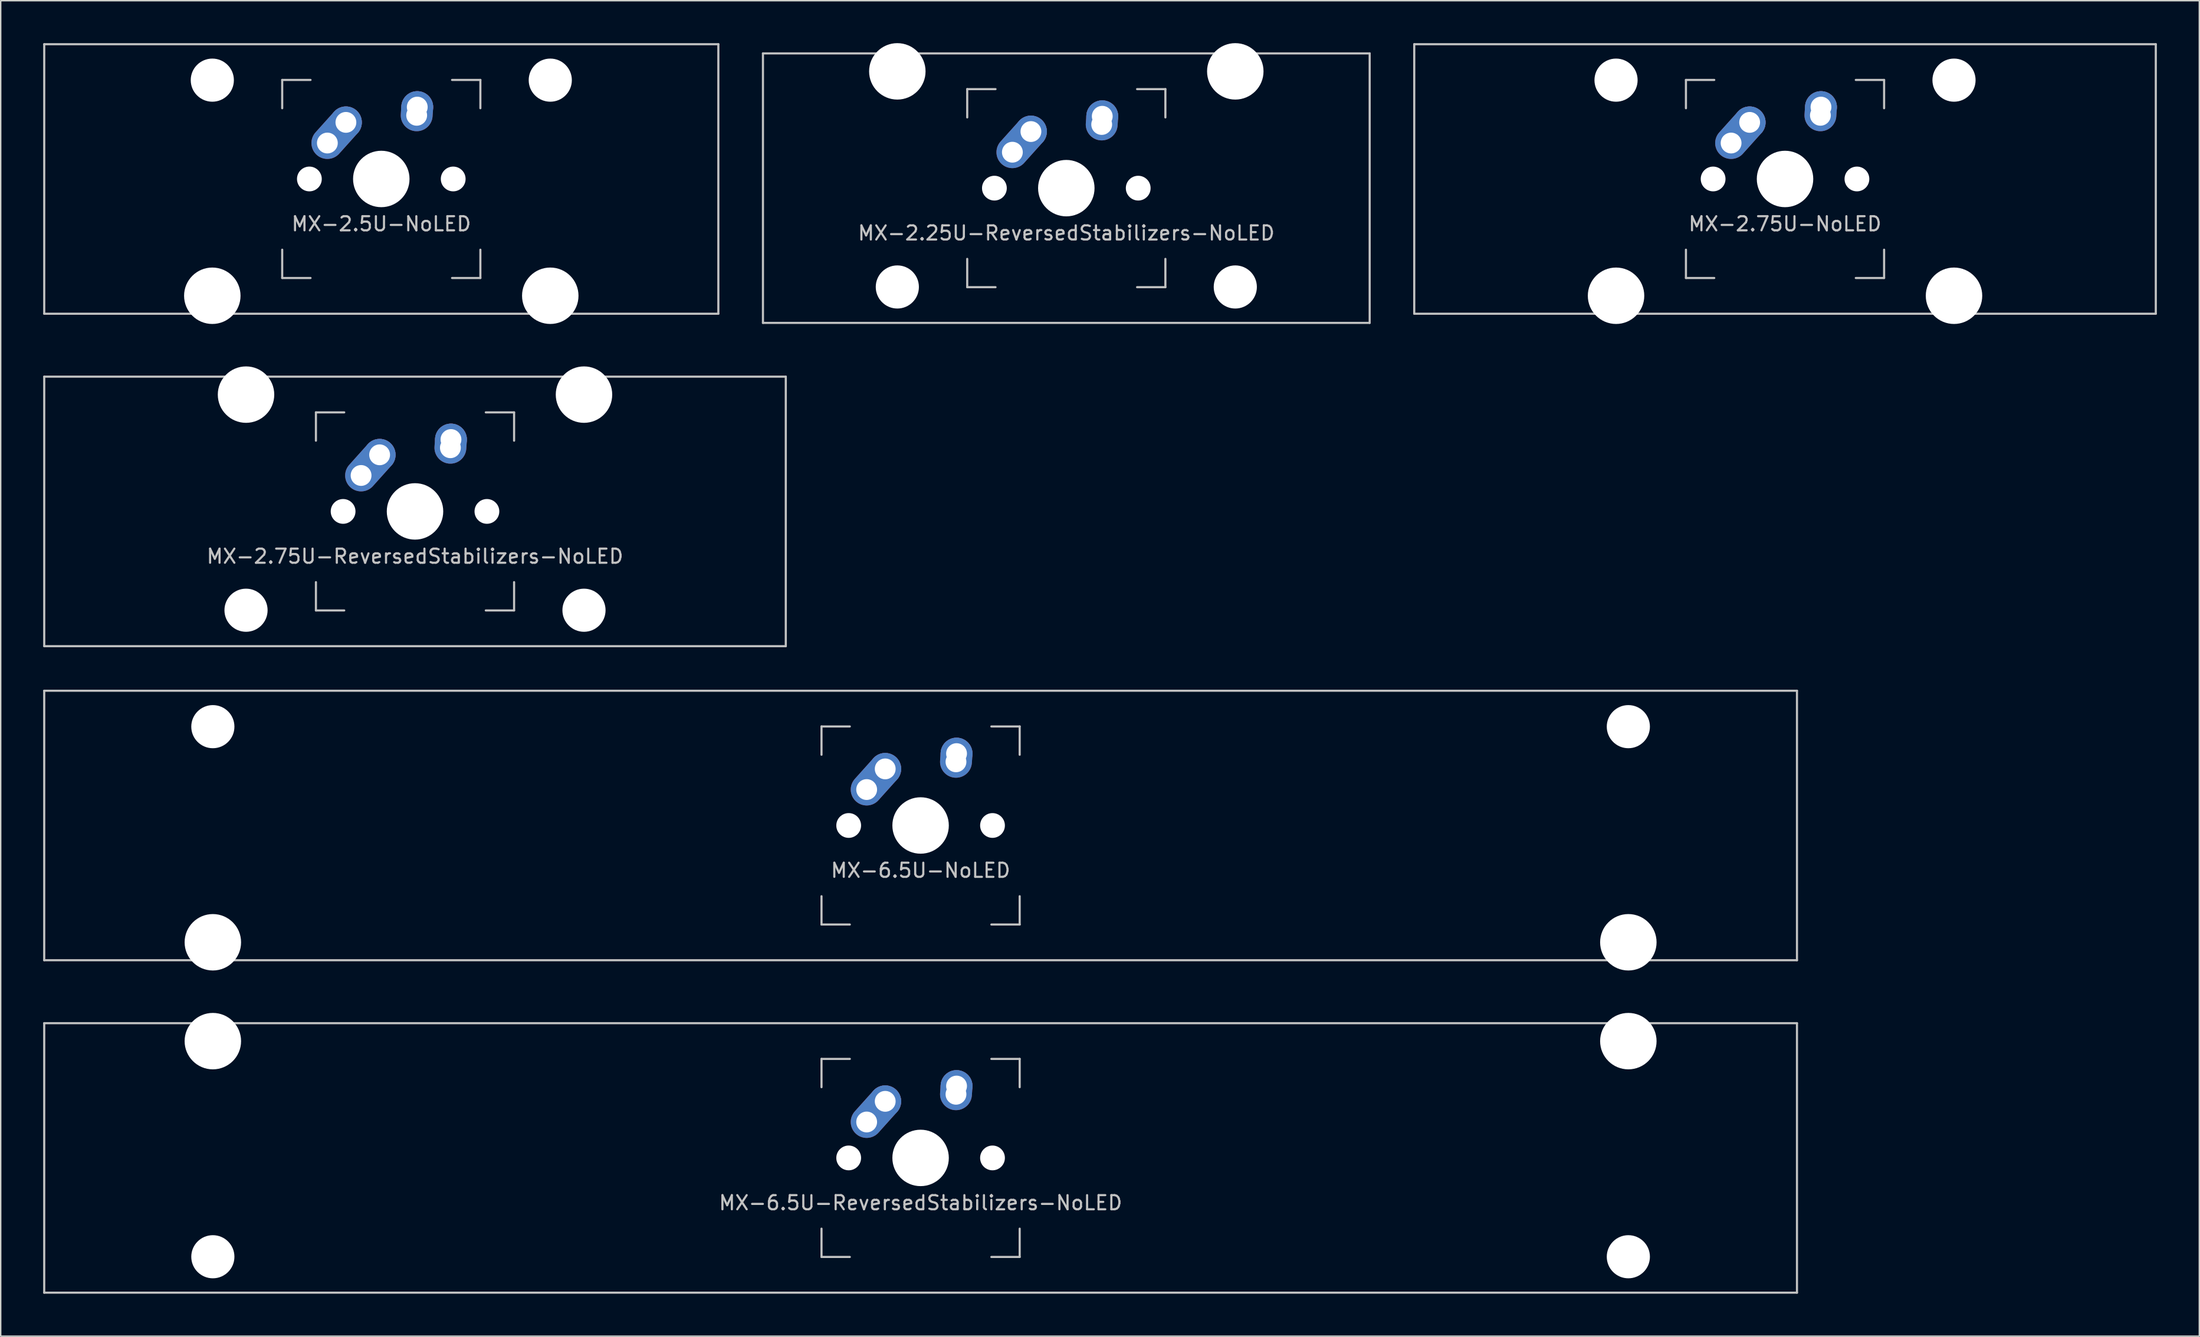
<source format=kicad_pcb>
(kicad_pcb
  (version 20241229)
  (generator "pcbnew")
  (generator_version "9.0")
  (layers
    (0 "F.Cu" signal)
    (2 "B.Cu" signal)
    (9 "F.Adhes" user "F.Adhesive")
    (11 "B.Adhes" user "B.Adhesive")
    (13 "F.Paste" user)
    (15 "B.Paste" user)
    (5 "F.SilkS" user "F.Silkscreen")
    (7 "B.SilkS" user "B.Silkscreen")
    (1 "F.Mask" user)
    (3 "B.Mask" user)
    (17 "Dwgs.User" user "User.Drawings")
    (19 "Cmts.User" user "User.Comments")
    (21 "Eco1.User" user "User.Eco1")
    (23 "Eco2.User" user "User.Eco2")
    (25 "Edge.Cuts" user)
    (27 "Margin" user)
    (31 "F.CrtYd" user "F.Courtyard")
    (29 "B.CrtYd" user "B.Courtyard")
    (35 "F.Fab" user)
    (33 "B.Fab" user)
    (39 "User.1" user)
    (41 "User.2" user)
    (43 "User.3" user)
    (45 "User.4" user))
  (footprint "MX-6.5U-ReversedStabilizers-NoLED"
    (layer "F.Cu")
    (at 61.987 78.796)
    (property "Reference" "MX-6.5U-ReversedStabilizers-NoLED" (at 0 3.175 0) (layer "Dwgs.User") (effects (font (size 1 1) (thickness 0.15))))
    (attr through_hole)
    (fp_line (start -61.913 -9.525) (end 61.913 -9.525) (stroke (width 0.15) (type solid)) (layer "Dwgs.User"))
    (fp_line (start -61.913 9.525) (end -61.913 -9.525) (stroke (width 0.15) (type solid)) (layer "Dwgs.User"))
    (fp_line (start -61.913 9.525) (end 61.913 9.525) (stroke (width 0.15) (type solid)) (layer "Dwgs.User"))
    (fp_line (start -7 -7) (end -7 -5) (stroke (width 0.15) (type solid)) (layer "Dwgs.User"))
    (fp_line (start -7 5) (end -7 7) (stroke (width 0.15) (type solid)) (layer "Dwgs.User"))
    (fp_line (start -7 7) (end -5 7) (stroke (width 0.15) (type solid)) (layer "Dwgs.User"))
    (fp_line (start -5 -7) (end -7 -7) (stroke (width 0.15) (type solid)) (layer "Dwgs.User"))
    (fp_line (start 5 -7) (end 7 -7) (stroke (width 0.15) (type solid)) (layer "Dwgs.User"))
    (fp_line (start 5 7) (end 7 7) (stroke (width 0.15) (type solid)) (layer "Dwgs.User"))
    (fp_line (start 7 -7) (end 7 -5) (stroke (width 0.15) (type solid)) (layer "Dwgs.User"))
    (fp_line (start 7 7) (end 7 5) (stroke (width 0.15) (type solid)) (layer "Dwgs.User"))
    (fp_line (start 61.913 -9.525) (end 61.913 9.525) (stroke (width 0.15) (type solid)) (layer "Dwgs.User"))
    (pad "" np_thru_hole circle (at -50 -8.255) (size 3.988 3.988) (drill 3.988) (layers "*.Cu" "*.Mask"))
    (pad "" np_thru_hole circle (at -50 6.985) (size 3.048 3.048) (drill 3.048) (layers "*.Cu" "*.Mask"))
    (pad "" np_thru_hole circle (at -5.08 0 48.1) (size 1.75 1.75) (drill 1.75) (layers "*.Cu" "*.Mask"))
    (pad "" np_thru_hole circle (at 0 0) (size 3.988 3.988) (drill 3.988) (layers "*.Cu" "*.Mask"))
    (pad "" np_thru_hole circle (at 5.08 0 48.1) (size 1.75 1.75) (drill 1.75) (layers "*.Cu" "*.Mask"))
    (pad "" np_thru_hole circle (at 50 -8.255) (size 3.988 3.988) (drill 3.988) (layers "*.Cu" "*.Mask"))
    (pad "" np_thru_hole circle (at 50 6.985) (size 3.048 3.048) (drill 3.048) (layers "*.Cu" "*.Mask"))
    (pad "1" thru_hole oval (at -3.81 -2.54 48.1) (size 4.212 2.25) (drill 1.47 (offset 0.981 0)) (layers "*.Cu" "B.Mask"))
    (pad "1" thru_hole circle (at -2.5 -4) (size 2.25 2.25) (drill 1.47) (layers "*.Cu" "B.Mask"))
    (pad "2" thru_hole oval (at 2.5 -4.5 86.055) (size 2.831 2.25) (drill 1.47 (offset 0.291 0)) (layers "*.Cu" "B.Mask"))
    (pad "2" thru_hole circle (at 2.54 -5.08) (size 2.25 2.25) (drill 1.47) (layers "*.Cu" "B.Mask")))
  (footprint "MX-2.25U-ReversedStabilizers-NoLED"
    (layer "F.Cu")
    (at 72.281 10.249)
    (property "Reference" "MX-2.25U-ReversedStabilizers-NoLED" (at 0 3.175 0) (layer "Dwgs.User") (effects (font (size 1 1) (thickness 0.15))))
    (attr through_hole)
    (fp_line (start -21.431 -9.525) (end 21.431 -9.525) (stroke (width 0.15) (type solid)) (layer "Dwgs.User"))
    (fp_line (start -21.431 9.525) (end -21.431 -9.525) (stroke (width 0.15) (type solid)) (layer "Dwgs.User"))
    (fp_line (start -21.431 9.525) (end 21.431 9.525) (stroke (width 0.15) (type solid)) (layer "Dwgs.User"))
    (fp_line (start -7 -7) (end -7 -5) (stroke (width 0.15) (type solid)) (layer "Dwgs.User"))
    (fp_line (start -7 5) (end -7 7) (stroke (width 0.15) (type solid)) (layer "Dwgs.User"))
    (fp_line (start -7 7) (end -5 7) (stroke (width 0.15) (type solid)) (layer "Dwgs.User"))
    (fp_line (start -5 -7) (end -7 -7) (stroke (width 0.15) (type solid)) (layer "Dwgs.User"))
    (fp_line (start 5 -7) (end 7 -7) (stroke (width 0.15) (type solid)) (layer "Dwgs.User"))
    (fp_line (start 5 7) (end 7 7) (stroke (width 0.15) (type solid)) (layer "Dwgs.User"))
    (fp_line (start 7 -7) (end 7 -5) (stroke (width 0.15) (type solid)) (layer "Dwgs.User"))
    (fp_line (start 7 7) (end 7 5) (stroke (width 0.15) (type solid)) (layer "Dwgs.User"))
    (fp_line (start 21.431 -9.525) (end 21.431 9.525) (stroke (width 0.15) (type solid)) (layer "Dwgs.User"))
    (pad "" np_thru_hole circle (at -11.938 -8.255) (size 3.988 3.988) (drill 3.988) (layers "*.Cu" "*.Mask"))
    (pad "" np_thru_hole circle (at -11.938 6.985) (size 3.048 3.048) (drill 3.048) (layers "*.Cu" "*.Mask"))
    (pad "" np_thru_hole circle (at -5.08 0 48.1) (size 1.75 1.75) (drill 1.75) (layers "*.Cu" "*.Mask"))
    (pad "" np_thru_hole circle (at 0 0) (size 3.988 3.988) (drill 3.988) (layers "*.Cu" "*.Mask"))
    (pad "" np_thru_hole circle (at 5.08 0 48.1) (size 1.75 1.75) (drill 1.75) (layers "*.Cu" "*.Mask"))
    (pad "" np_thru_hole circle (at 11.938 -8.255) (size 3.988 3.988) (drill 3.988) (layers "*.Cu" "*.Mask"))
    (pad "" np_thru_hole circle (at 11.938 6.985) (size 3.048 3.048) (drill 3.048) (layers "*.Cu" "*.Mask"))
    (pad "1" thru_hole oval (at -3.81 -2.54 48.1) (size 4.212 2.25) (drill 1.47 (offset 0.981 0)) (layers "*.Cu" "B.Mask"))
    (pad "1" thru_hole circle (at -2.5 -4) (size 2.25 2.25) (drill 1.47) (layers "*.Cu" "B.Mask"))
    (pad "2" thru_hole oval (at 2.5 -4.5 86.055) (size 2.831 2.25) (drill 1.47 (offset 0.291 0)) (layers "*.Cu" "B.Mask"))
    (pad "2" thru_hole circle (at 2.54 -5.08) (size 2.25 2.25) (drill 1.47) (layers "*.Cu" "B.Mask")))
  (footprint "MX-2.75U-NoLED"
    (layer "F.Cu")
    (at 123.056 9.6)
    (property "Reference" "MX-2.75U-NoLED" (at 0 3.175 0) (layer "Dwgs.User") (effects (font (size 1 1) (thickness 0.15))))
    (attr through_hole)
    (fp_line (start -26.194 -9.525) (end 26.194 -9.525) (stroke (width 0.15) (type solid)) (layer "Dwgs.User"))
    (fp_line (start -26.194 9.525) (end -26.194 -9.525) (stroke (width 0.15) (type solid)) (layer "Dwgs.User"))
    (fp_line (start -26.194 9.525) (end 26.194 9.525) (stroke (width 0.15) (type solid)) (layer "Dwgs.User"))
    (fp_line (start -7 -7) (end -7 -5) (stroke (width 0.15) (type solid)) (layer "Dwgs.User"))
    (fp_line (start -7 5) (end -7 7) (stroke (width 0.15) (type solid)) (layer "Dwgs.User"))
    (fp_line (start -7 7) (end -5 7) (stroke (width 0.15) (type solid)) (layer "Dwgs.User"))
    (fp_line (start -5 -7) (end -7 -7) (stroke (width 0.15) (type solid)) (layer "Dwgs.User"))
    (fp_line (start 5 -7) (end 7 -7) (stroke (width 0.15) (type solid)) (layer "Dwgs.User"))
    (fp_line (start 5 7) (end 7 7) (stroke (width 0.15) (type solid)) (layer "Dwgs.User"))
    (fp_line (start 7 -7) (end 7 -5) (stroke (width 0.15) (type solid)) (layer "Dwgs.User"))
    (fp_line (start 7 7) (end 7 5) (stroke (width 0.15) (type solid)) (layer "Dwgs.User"))
    (fp_line (start 26.194 -9.525) (end 26.194 9.525) (stroke (width 0.15) (type solid)) (layer "Dwgs.User"))
    (pad "" np_thru_hole circle (at -11.938 -6.985) (size 3.048 3.048) (drill 3.048) (layers "*.Cu" "*.Mask"))
    (pad "" np_thru_hole circle (at -11.938 8.255) (size 3.988 3.988) (drill 3.988) (layers "*.Cu" "*.Mask"))
    (pad "" np_thru_hole circle (at -5.08 0 48.1) (size 1.75 1.75) (drill 1.75) (layers "*.Cu" "*.Mask"))
    (pad "" np_thru_hole circle (at 0 0) (size 3.988 3.988) (drill 3.988) (layers "*.Cu" "*.Mask"))
    (pad "" np_thru_hole circle (at 5.08 0 48.1) (size 1.75 1.75) (drill 1.75) (layers "*.Cu" "*.Mask"))
    (pad "" np_thru_hole circle (at 11.938 -6.985) (size 3.048 3.048) (drill 3.048) (layers "*.Cu" "*.Mask"))
    (pad "" np_thru_hole circle (at 11.938 8.255) (size 3.988 3.988) (drill 3.988) (layers "*.Cu" "*.Mask"))
    (pad "1" thru_hole oval (at -3.81 -2.54 48.1) (size 4.212 2.25) (drill 1.47 (offset 0.981 0)) (layers "*.Cu" "B.Mask"))
    (pad "1" thru_hole circle (at -2.5 -4) (size 2.25 2.25) (drill 1.47) (layers "*.Cu" "B.Mask"))
    (pad "2" thru_hole oval (at 2.5 -4.5 86.055) (size 2.831 2.25) (drill 1.47 (offset 0.291 0)) (layers "*.Cu" "B.Mask"))
    (pad "2" thru_hole circle (at 2.54 -5.08) (size 2.25 2.25) (drill 1.47) (layers "*.Cu" "B.Mask")))
  (footprint "MX-6.5U-NoLED"
    (layer "F.Cu")
    (at 61.987 55.298)
    (property "Reference" "MX-6.5U-NoLED" (at 0 3.175 0) (layer "Dwgs.User") (effects (font (size 1 1) (thickness 0.15))))
    (attr through_hole)
    (fp_line (start -61.913 -9.525) (end 61.913 -9.525) (stroke (width 0.15) (type solid)) (layer "Dwgs.User"))
    (fp_line (start -61.913 9.525) (end -61.913 -9.525) (stroke (width 0.15) (type solid)) (layer "Dwgs.User"))
    (fp_line (start -61.913 9.525) (end 61.913 9.525) (stroke (width 0.15) (type solid)) (layer "Dwgs.User"))
    (fp_line (start -7 -7) (end -7 -5) (stroke (width 0.15) (type solid)) (layer "Dwgs.User"))
    (fp_line (start -7 5) (end -7 7) (stroke (width 0.15) (type solid)) (layer "Dwgs.User"))
    (fp_line (start -7 7) (end -5 7) (stroke (width 0.15) (type solid)) (layer "Dwgs.User"))
    (fp_line (start -5 -7) (end -7 -7) (stroke (width 0.15) (type solid)) (layer "Dwgs.User"))
    (fp_line (start 5 -7) (end 7 -7) (stroke (width 0.15) (type solid)) (layer "Dwgs.User"))
    (fp_line (start 5 7) (end 7 7) (stroke (width 0.15) (type solid)) (layer "Dwgs.User"))
    (fp_line (start 7 -7) (end 7 -5) (stroke (width 0.15) (type solid)) (layer "Dwgs.User"))
    (fp_line (start 7 7) (end 7 5) (stroke (width 0.15) (type solid)) (layer "Dwgs.User"))
    (fp_line (start 61.913 -9.525) (end 61.913 9.525) (stroke (width 0.15) (type solid)) (layer "Dwgs.User"))
    (pad "" np_thru_hole circle (at -50 -6.985) (size 3.048 3.048) (drill 3.048) (layers "*.Cu" "*.Mask"))
    (pad "" np_thru_hole circle (at -50 8.255) (size 3.988 3.988) (drill 3.988) (layers "*.Cu" "*.Mask"))
    (pad "" np_thru_hole circle (at -5.08 0 48.1) (size 1.75 1.75) (drill 1.75) (layers "*.Cu" "*.Mask"))
    (pad "" np_thru_hole circle (at 0 0) (size 3.988 3.988) (drill 3.988) (layers "*.Cu" "*.Mask"))
    (pad "" np_thru_hole circle (at 5.08 0 48.1) (size 1.75 1.75) (drill 1.75) (layers "*.Cu" "*.Mask"))
    (pad "" np_thru_hole circle (at 50 -6.985) (size 3.048 3.048) (drill 3.048) (layers "*.Cu" "*.Mask"))
    (pad "" np_thru_hole circle (at 50 8.255) (size 3.988 3.988) (drill 3.988) (layers "*.Cu" "*.Mask"))
    (pad "1" thru_hole oval (at -3.81 -2.54 48.1) (size 4.212 2.25) (drill 1.47 (offset 0.981 0)) (layers "*.Cu" "B.Mask"))
    (pad "1" thru_hole circle (at -2.5 -4) (size 2.25 2.25) (drill 1.47) (layers "*.Cu" "B.Mask"))
    (pad "2" thru_hole oval (at 2.5 -4.5 86.055) (size 2.831 2.25) (drill 1.47 (offset 0.291 0)) (layers "*.Cu" "B.Mask"))
    (pad "2" thru_hole circle (at 2.54 -5.08) (size 2.25 2.25) (drill 1.47) (layers "*.Cu" "B.Mask")))
  (footprint "MX-2.5U-NoLED"
    (layer "F.Cu")
    (at 23.887 9.6)
    (property "Reference" "MX-2.5U-NoLED" (at 0 3.175 0) (layer "Dwgs.User") (effects (font (size 1 1) (thickness 0.15))))
    (attr through_hole)
    (fp_line (start -23.812 -9.525) (end 23.812 -9.525) (stroke (width 0.15) (type solid)) (layer "Dwgs.User"))
    (fp_line (start -23.812 9.525) (end -23.812 -9.525) (stroke (width 0.15) (type solid)) (layer "Dwgs.User"))
    (fp_line (start -23.812 9.525) (end 23.812 9.525) (stroke (width 0.15) (type solid)) (layer "Dwgs.User"))
    (fp_line (start -7 -7) (end -7 -5) (stroke (width 0.15) (type solid)) (layer "Dwgs.User"))
    (fp_line (start -7 5) (end -7 7) (stroke (width 0.15) (type solid)) (layer "Dwgs.User"))
    (fp_line (start -7 7) (end -5 7) (stroke (width 0.15) (type solid)) (layer "Dwgs.User"))
    (fp_line (start -5 -7) (end -7 -7) (stroke (width 0.15) (type solid)) (layer "Dwgs.User"))
    (fp_line (start 5 -7) (end 7 -7) (stroke (width 0.15) (type solid)) (layer "Dwgs.User"))
    (fp_line (start 5 7) (end 7 7) (stroke (width 0.15) (type solid)) (layer "Dwgs.User"))
    (fp_line (start 7 -7) (end 7 -5) (stroke (width 0.15) (type solid)) (layer "Dwgs.User"))
    (fp_line (start 7 7) (end 7 5) (stroke (width 0.15) (type solid)) (layer "Dwgs.User"))
    (fp_line (start 23.812 -9.525) (end 23.812 9.525) (stroke (width 0.15) (type solid)) (layer "Dwgs.User"))
    (pad "" np_thru_hole circle (at -11.938 -6.985) (size 3.048 3.048) (drill 3.048) (layers "*.Cu" "*.Mask"))
    (pad "" np_thru_hole circle (at -11.938 8.255) (size 3.988 3.988) (drill 3.988) (layers "*.Cu" "*.Mask"))
    (pad "" np_thru_hole circle (at -5.08 0 48.1) (size 1.75 1.75) (drill 1.75) (layers "*.Cu" "*.Mask"))
    (pad "" np_thru_hole circle (at 0 0) (size 3.988 3.988) (drill 3.988) (layers "*.Cu" "*.Mask"))
    (pad "" np_thru_hole circle (at 5.08 0 48.1) (size 1.75 1.75) (drill 1.75) (layers "*.Cu" "*.Mask"))
    (pad "" np_thru_hole circle (at 11.938 -6.985) (size 3.048 3.048) (drill 3.048) (layers "*.Cu" "*.Mask"))
    (pad "" np_thru_hole circle (at 11.938 8.255) (size 3.988 3.988) (drill 3.988) (layers "*.Cu" "*.Mask"))
    (pad "1" thru_hole oval (at -3.81 -2.54 48.1) (size 4.212 2.25) (drill 1.47 (offset 0.981 0)) (layers "*.Cu" "B.Mask"))
    (pad "1" thru_hole circle (at -2.5 -4) (size 2.25 2.25) (drill 1.47) (layers "*.Cu" "B.Mask"))
    (pad "2" thru_hole oval (at 2.5 -4.5 86.055) (size 2.831 2.25) (drill 1.47 (offset 0.291 0)) (layers "*.Cu" "B.Mask"))
    (pad "2" thru_hole circle (at 2.54 -5.08) (size 2.25 2.25) (drill 1.47) (layers "*.Cu" "B.Mask")))
  (footprint "MX-2.75U-ReversedStabilizers-NoLED"
    (layer "F.Cu")
    (at 26.269 33.098)
    (property "Reference" "MX-2.75U-ReversedStabilizers-NoLED" (at 0 3.175 0) (layer "Dwgs.User") (effects (font (size 1 1) (thickness 0.15))))
    (attr through_hole)
    (fp_line (start -26.194 -9.525) (end 26.194 -9.525) (stroke (width 0.15) (type solid)) (layer "Dwgs.User"))
    (fp_line (start -26.194 9.525) (end -26.194 -9.525) (stroke (width 0.15) (type solid)) (layer "Dwgs.User"))
    (fp_line (start -26.194 9.525) (end 26.194 9.525) (stroke (width 0.15) (type solid)) (layer "Dwgs.User"))
    (fp_line (start -7 -7) (end -7 -5) (stroke (width 0.15) (type solid)) (layer "Dwgs.User"))
    (fp_line (start -7 5) (end -7 7) (stroke (width 0.15) (type solid)) (layer "Dwgs.User"))
    (fp_line (start -7 7) (end -5 7) (stroke (width 0.15) (type solid)) (layer "Dwgs.User"))
    (fp_line (start -5 -7) (end -7 -7) (stroke (width 0.15) (type solid)) (layer "Dwgs.User"))
    (fp_line (start 5 -7) (end 7 -7) (stroke (width 0.15) (type solid)) (layer "Dwgs.User"))
    (fp_line (start 5 7) (end 7 7) (stroke (width 0.15) (type solid)) (layer "Dwgs.User"))
    (fp_line (start 7 -7) (end 7 -5) (stroke (width 0.15) (type solid)) (layer "Dwgs.User"))
    (fp_line (start 7 7) (end 7 5) (stroke (width 0.15) (type solid)) (layer "Dwgs.User"))
    (fp_line (start 26.194 -9.525) (end 26.194 9.525) (stroke (width 0.15) (type solid)) (layer "Dwgs.User"))
    (pad "" np_thru_hole circle (at -11.938 -8.255) (size 3.988 3.988) (drill 3.988) (layers "*.Cu" "*.Mask"))
    (pad "" np_thru_hole circle (at -11.938 6.985) (size 3.048 3.048) (drill 3.048) (layers "*.Cu" "*.Mask"))
    (pad "" np_thru_hole circle (at -5.08 0 48.1) (size 1.75 1.75) (drill 1.75) (layers "*.Cu" "*.Mask"))
    (pad "" np_thru_hole circle (at 0 0) (size 3.988 3.988) (drill 3.988) (layers "*.Cu" "*.Mask"))
    (pad "" np_thru_hole circle (at 5.08 0 48.1) (size 1.75 1.75) (drill 1.75) (layers "*.Cu" "*.Mask"))
    (pad "" np_thru_hole circle (at 11.938 -8.255) (size 3.988 3.988) (drill 3.988) (layers "*.Cu" "*.Mask"))
    (pad "" np_thru_hole circle (at 11.938 6.985) (size 3.048 3.048) (drill 3.048) (layers "*.Cu" "*.Mask"))
    (pad "1" thru_hole oval (at -3.81 -2.54 48.1) (size 4.212 2.25) (drill 1.47 (offset 0.981 0)) (layers "*.Cu" "B.Mask"))
    (pad "1" thru_hole circle (at -2.5 -4) (size 2.25 2.25) (drill 1.47) (layers "*.Cu" "B.Mask"))
    (pad "2" thru_hole oval (at 2.5 -4.5 86.055) (size 2.831 2.25) (drill 1.47 (offset 0.291 0)) (layers "*.Cu" "B.Mask"))
    (pad "2" thru_hole circle (at 2.54 -5.08) (size 2.25 2.25) (drill 1.47) (layers "*.Cu" "B.Mask")))
  (gr_rect
    (start -3 -3)
    (end 152.325 91.396)
    (stroke (width 0.1) (type default))
    (fill no)
    (layer "Edge.Cuts")))
</source>
